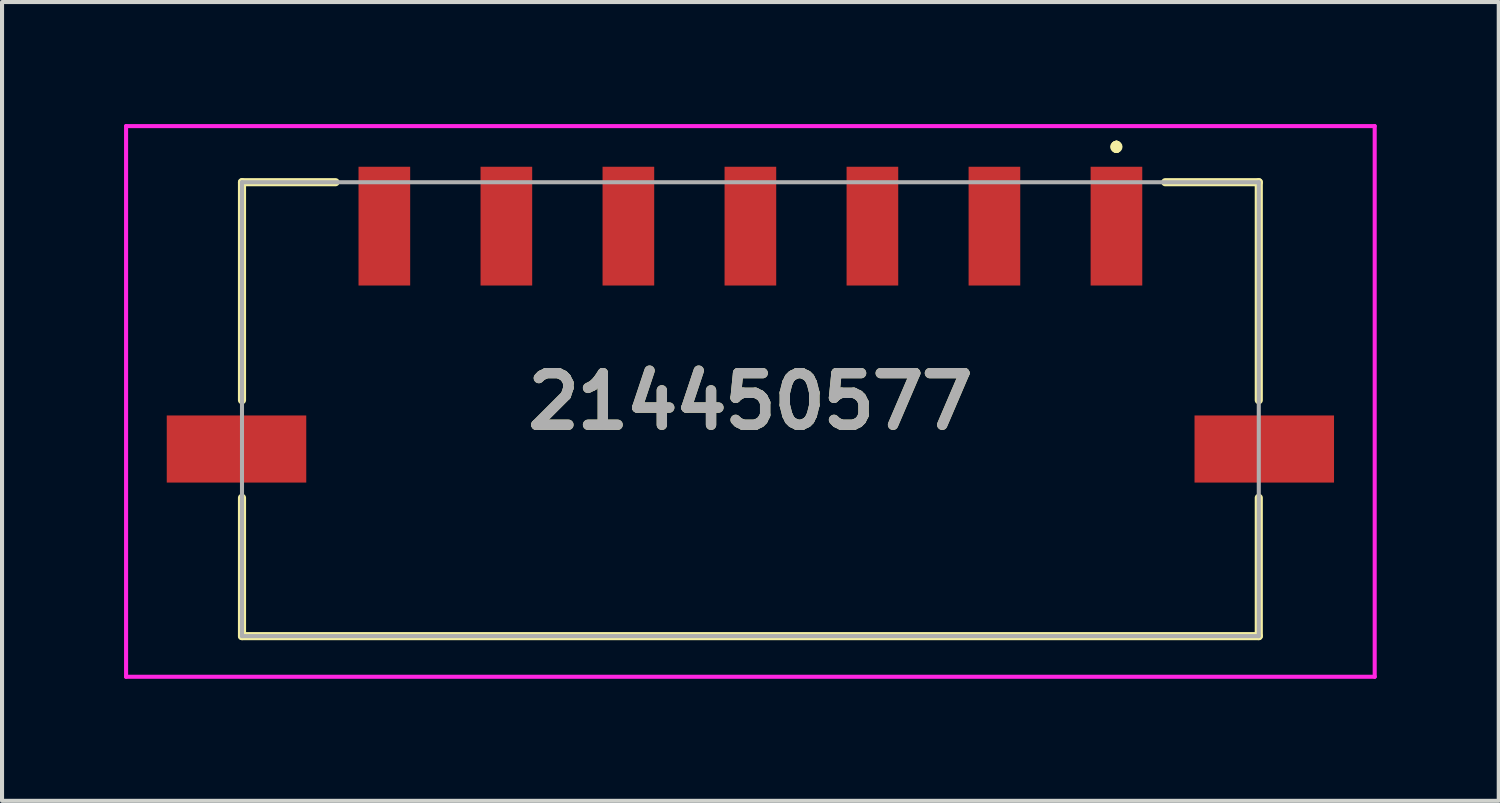
<source format=kicad_pcb>
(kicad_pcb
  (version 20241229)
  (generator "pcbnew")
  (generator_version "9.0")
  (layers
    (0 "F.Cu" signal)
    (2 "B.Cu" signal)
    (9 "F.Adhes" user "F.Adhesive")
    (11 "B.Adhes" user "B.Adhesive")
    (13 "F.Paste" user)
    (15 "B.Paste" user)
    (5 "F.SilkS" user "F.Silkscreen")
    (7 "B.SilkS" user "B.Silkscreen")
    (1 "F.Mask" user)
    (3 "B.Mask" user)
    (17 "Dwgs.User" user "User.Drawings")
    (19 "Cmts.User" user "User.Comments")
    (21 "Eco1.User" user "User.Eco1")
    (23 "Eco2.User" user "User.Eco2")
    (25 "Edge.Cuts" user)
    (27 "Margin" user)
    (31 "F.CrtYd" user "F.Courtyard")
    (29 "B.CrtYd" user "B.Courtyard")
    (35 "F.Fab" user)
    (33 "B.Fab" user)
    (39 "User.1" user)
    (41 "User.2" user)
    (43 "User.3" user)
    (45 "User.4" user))
  (footprint "214450577"
    (layer "F.Cu")
    (at 15.4 7.01)
    (property "Reference" "214450577" (at 0 -0.19 0) (layer "F.SilkS") (effects (font (size 1.27 1.27) (thickness 0.254))))
    (attr smd)
    (fp_line (start -12.5 -5.58) (end -10.2 -5.58) (stroke (width 0.2) (type solid)) (layer "F.SilkS"))
    (fp_line (start -12.5 -0.22) (end -12.5 -5.58) (stroke (width 0.2) (type solid)) (layer "F.SilkS"))
    (fp_line (start -12.5 5.58) (end -12.5 2.18) (stroke (width 0.2) (type solid)) (layer "F.SilkS"))
    (fp_line (start 9 -6.5) (end 9 -6.5) (stroke (width 0.2) (type solid)) (layer "F.SilkS"))
    (fp_line (start 9 -6.5) (end 9 -6.5) (stroke (width 0.2) (type solid)) (layer "F.SilkS"))
    (fp_line (start 9 -6.4) (end 9 -6.4) (stroke (width 0.2) (type solid)) (layer "F.SilkS"))
    (fp_line (start 10.2 -5.58) (end 12.5 -5.58) (stroke (width 0.2) (type solid)) (layer "F.SilkS"))
    (fp_line (start 12.5 -5.58) (end 12.5 -0.22) (stroke (width 0.2) (type solid)) (layer "F.SilkS"))
    (fp_line (start 12.5 2.18) (end 12.5 5.58) (stroke (width 0.2) (type solid)) (layer "F.SilkS"))
    (fp_line (start 12.5 5.58) (end -12.5 5.58) (stroke (width 0.2) (type solid)) (layer "F.SilkS"))
    (fp_arc (start 9 -6.5) (mid 9.05 -6.45) (end 9 -6.4) (stroke (width 0.2) (type solid)) (layer "F.SilkS"))
    (fp_arc (start 9 -6.4) (mid 8.95 -6.45) (end 9 -6.5) (stroke (width 0.2) (type solid)) (layer "F.SilkS"))
    (fp_arc (start 9 -6.4) (mid 8.95 -6.45) (end 9 -6.5) (stroke (width 0.2) (type solid)) (layer "F.SilkS"))
    (fp_line (start -15.35 -6.96) (end 15.35 -6.96) (stroke (width 0.1) (type solid)) (layer "F.CrtYd"))
    (fp_line (start -15.35 6.58) (end -15.35 -6.96) (stroke (width 0.1) (type solid)) (layer "F.CrtYd"))
    (fp_line (start 15.35 -6.96) (end 15.35 6.58) (stroke (width 0.1) (type solid)) (layer "F.CrtYd"))
    (fp_line (start 15.35 6.58) (end -15.35 6.58) (stroke (width 0.1) (type solid)) (layer "F.CrtYd"))
    (fp_line (start -12.5 -5.58) (end -12.5 5.58) (stroke (width 0.1) (type solid)) (layer "F.Fab"))
    (fp_line (start -12.5 5.58) (end 12.5 5.58) (stroke (width 0.1) (type solid)) (layer "F.Fab"))
    (fp_line (start 12.5 -5.58) (end -12.5 -5.58) (stroke (width 0.1) (type solid)) (layer "F.Fab"))
    (fp_line (start 12.5 5.58) (end 12.5 -5.58) (stroke (width 0.1) (type solid)) (layer "F.Fab"))
    (fp_text user "${REFERENCE}" (at 0 -0.19 0) (layer "F.Fab") (effects (font (size 1.27 1.27) (thickness 0.254))))
    (pad "1" smd rect (at 9 -4.5) (size 1.27 2.92) (layers "F.Cu" "F.Mask" "F.Paste"))
    (pad "2" smd rect (at 6 -4.5) (size 1.27 2.92) (layers "F.Cu" "F.Mask" "F.Paste"))
    (pad "3" smd rect (at 3 -4.5) (size 1.27 2.92) (layers "F.Cu" "F.Mask" "F.Paste"))
    (pad "4" smd rect (at 0 -4.5) (size 1.27 2.92) (layers "F.Cu" "F.Mask" "F.Paste"))
    (pad "5" smd rect (at -3 -4.5) (size 1.27 2.92) (layers "F.Cu" "F.Mask" "F.Paste"))
    (pad "6" smd rect (at -6 -4.5) (size 1.27 2.92) (layers "F.Cu" "F.Mask" "F.Paste"))
    (pad "7" smd rect (at -9 -4.5) (size 1.27 2.92) (layers "F.Cu" "F.Mask" "F.Paste"))
    (pad "MP1" smd rect (at 12.635 0.98 90) (size 1.65 3.43) (layers "F.Cu" "F.Mask" "F.Paste"))
    (pad "MP2" smd rect (at -12.635 0.98 90) (size 1.65 3.43) (layers "F.Cu" "F.Mask" "F.Paste")))
  (gr_rect
    (start -3 -3)
    (end 33.8 16.64)
    (stroke (width 0.1) (type default))
    (fill no)
    (layer "Edge.Cuts")))
</source>
